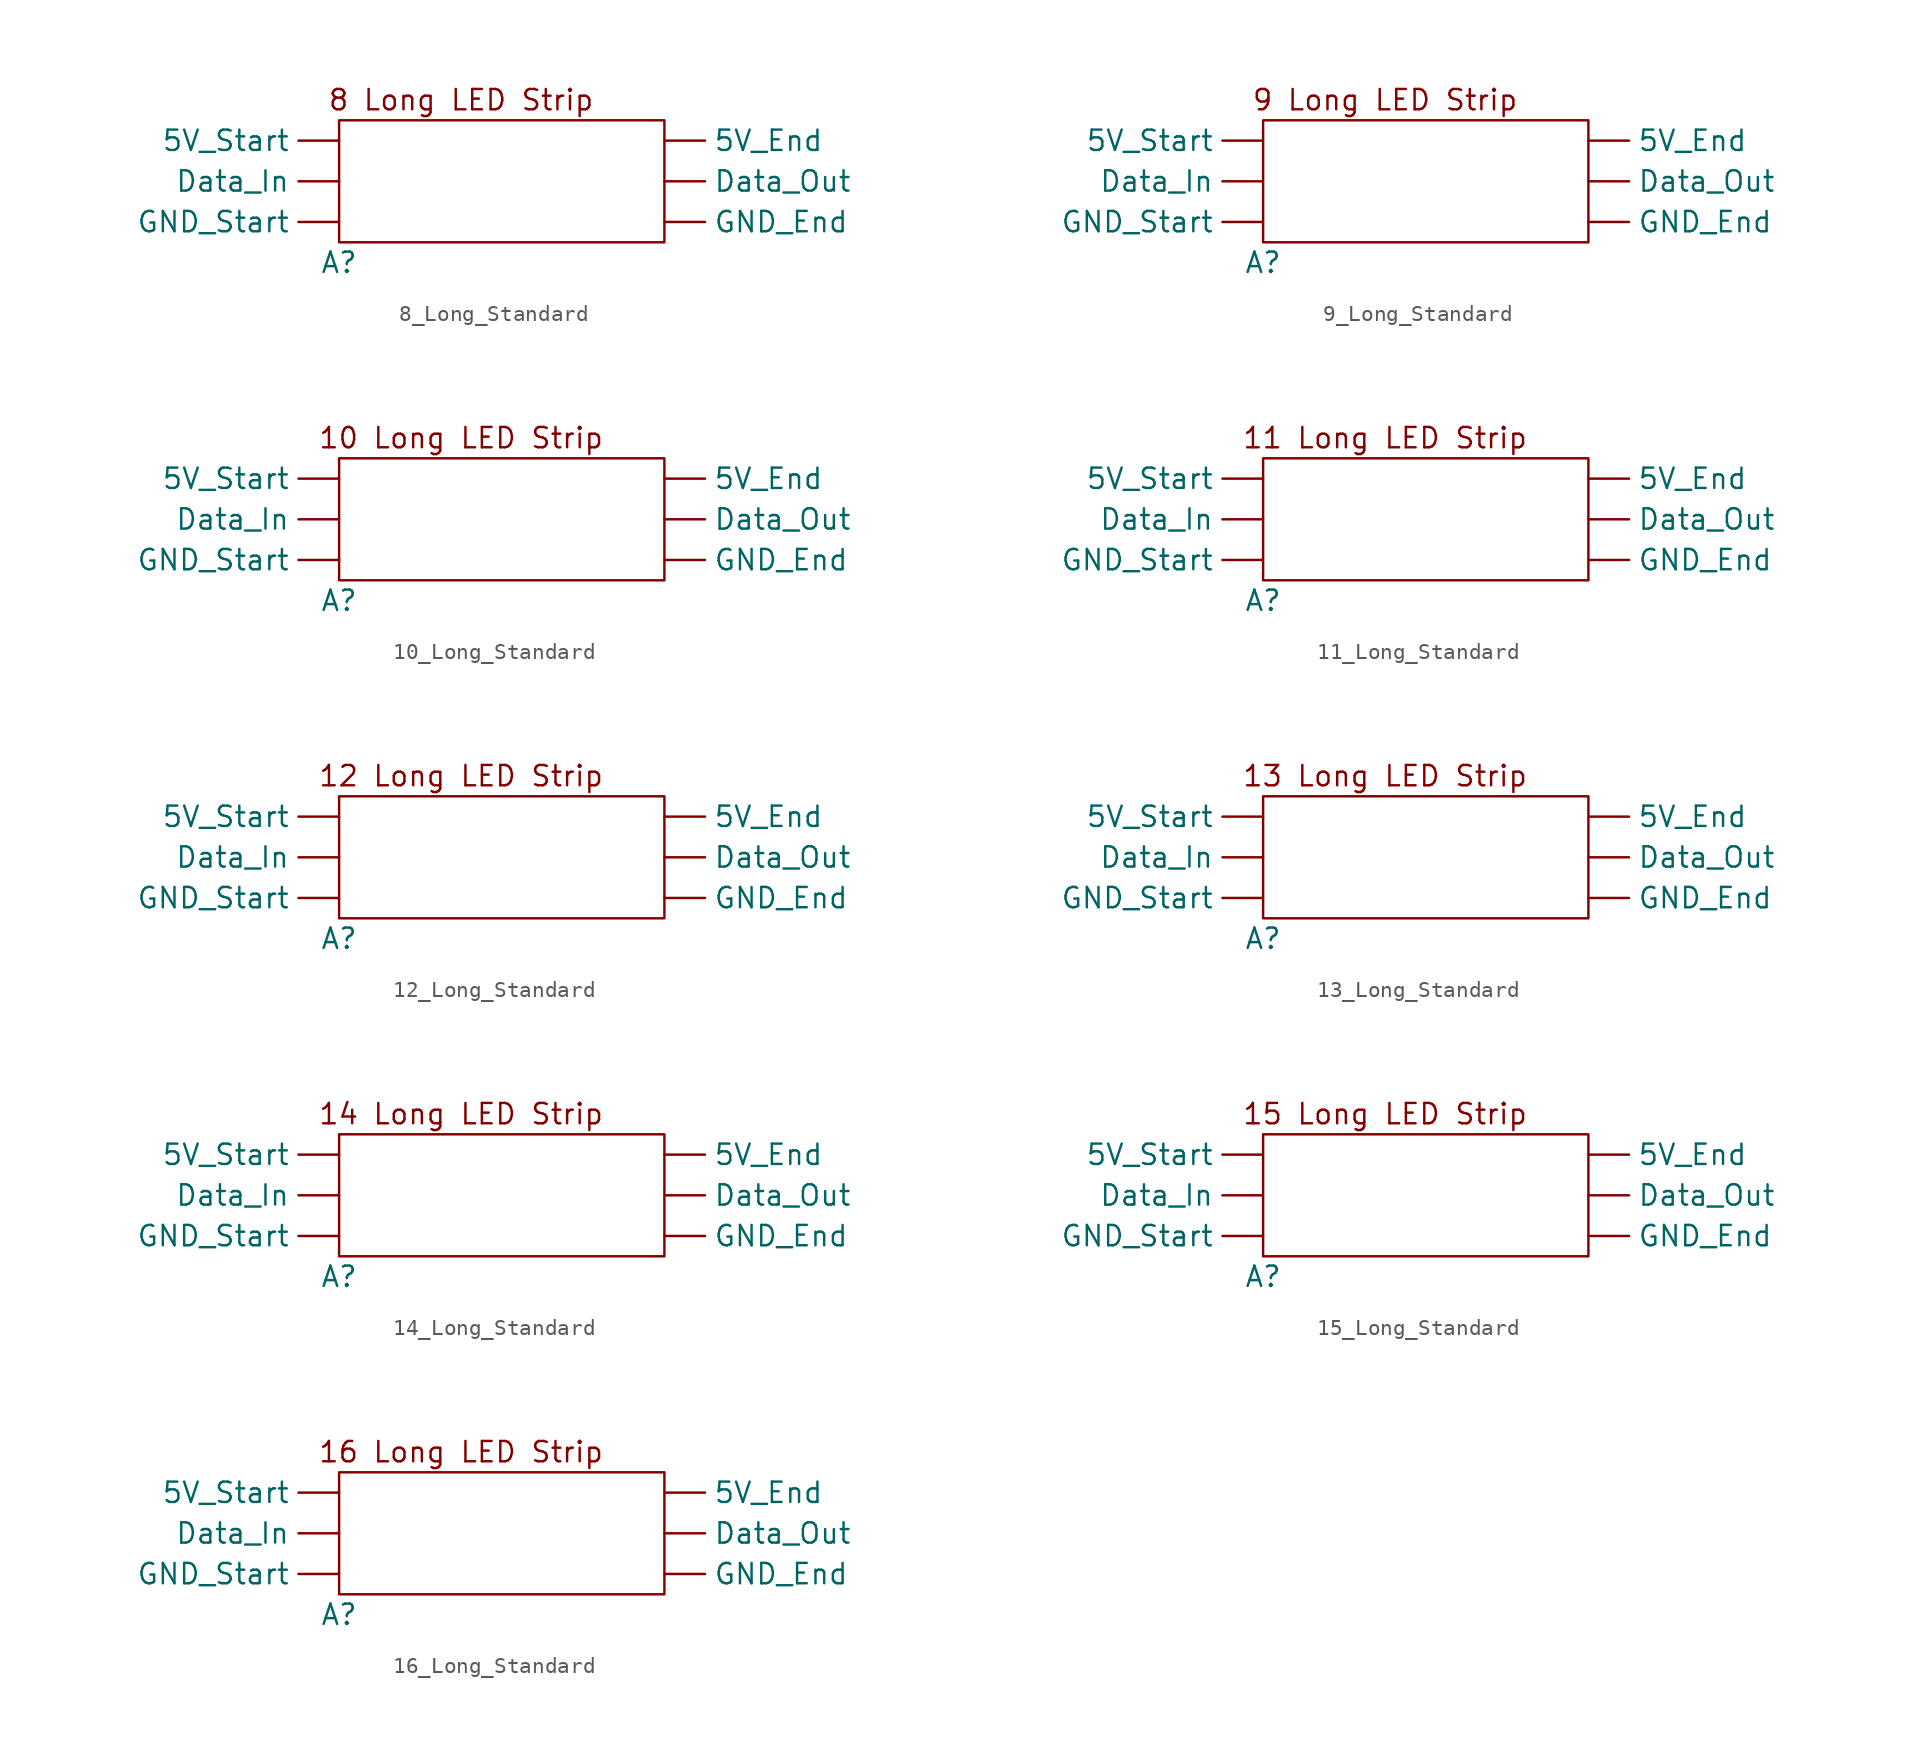
<source format=kicad_sym>
(kicad_symbol_lib
  (version 20220914)
  (generator kicad_symbol_editor)
  (symbol "8_Long_Standard"
    (property "Reference" "A"
      (at 0 -1.27 0)
      (effects (font (size 1.27 1.27))))
    (property "Value" ""
      (at 0 0 0)
      (effects (font (size 1.27 1.27))))
    (symbol "8_Long_Standard_0_1"
      (rectangle (start 0 7.62) (end 20.32 0) (stroke (width 0) (type default)) (fill (type none))))
    (symbol "8_Long_Standard_1_1"
      (text "8 Long LED Strip" (at 7.62 8.89 0) (effects (font (size 1.27 1.27))))
      (pin power_in line (at 20.32 6.35 0) (length 2.54) (name "5V_End" (effects (font (size 1.27 1.27)))) (number "" (effects (font (size 1.27 1.27)))))
      (pin power_in line (at 0 6.35 180) (length 2.54) (name "5V_Start" (effects (font (size 1.27 1.27)))) (number "" (effects (font (size 1.27 1.27)))))
      (pin input line (at 0 3.81 180) (length 2.54) (name "Data_In" (effects (font (size 1.27 1.27)))) (number "" (effects (font (size 1.27 1.27)))))
      (pin output line (at 20.32 3.81 0) (length 2.54) (name "Data_Out" (effects (font (size 1.27 1.27)))) (number "" (effects (font (size 1.27 1.27)))))
      (pin power_in line (at 20.32 1.27 0) (length 2.54) (name "GND_End" (effects (font (size 1.27 1.27)))) (number "" (effects (font (size 1.27 1.27)))))
      (pin power_in line (at 0 1.27 180) (length 2.54) (name "GND_Start" (effects (font (size 1.27 1.27)))) (number "" (effects (font (size 1.27 1.27)))))))
  (symbol "9_Long_Standard"
    (property "Reference" "A"
      (at 0 -1.27 0)
      (effects (font (size 1.27 1.27))))
    (property "Value" ""
      (at 0 0 0)
      (effects (font (size 1.27 1.27))))
    (symbol "9_Long_Standard_0_1"
      (rectangle (start 0 7.62) (end 20.32 0) (stroke (width 0) (type default)) (fill (type none))))
    (symbol "9_Long_Standard_1_1"
      (text "9 Long LED Strip" (at 7.62 8.89 0) (effects (font (size 1.27 1.27))))
      (pin power_in line (at 20.32 6.35 0) (length 2.54) (name "5V_End" (effects (font (size 1.27 1.27)))) (number "" (effects (font (size 1.27 1.27)))))
      (pin power_in line (at 0 6.35 180) (length 2.54) (name "5V_Start" (effects (font (size 1.27 1.27)))) (number "" (effects (font (size 1.27 1.27)))))
      (pin input line (at 0 3.81 180) (length 2.54) (name "Data_In" (effects (font (size 1.27 1.27)))) (number "" (effects (font (size 1.27 1.27)))))
      (pin output line (at 20.32 3.81 0) (length 2.54) (name "Data_Out" (effects (font (size 1.27 1.27)))) (number "" (effects (font (size 1.27 1.27)))))
      (pin power_in line (at 20.32 1.27 0) (length 2.54) (name "GND_End" (effects (font (size 1.27 1.27)))) (number "" (effects (font (size 1.27 1.27)))))
      (pin power_in line (at 0 1.27 180) (length 2.54) (name "GND_Start" (effects (font (size 1.27 1.27)))) (number "" (effects (font (size 1.27 1.27)))))))
  (symbol "10_Long_Standard"
    (property "Reference" "A"
      (at 0 -1.27 0)
      (effects (font (size 1.27 1.27))))
    (property "Value" ""
      (at 0 0 0)
      (effects (font (size 1.27 1.27))))
    (symbol "10_Long_Standard_0_1"
      (rectangle (start 0 7.62) (end 20.32 0) (stroke (width 0) (type default)) (fill (type none))))
    (symbol "10_Long_Standard_1_1"
      (text "10 Long LED Strip" (at 7.62 8.89 0) (effects (font (size 1.27 1.27))))
      (pin power_in line (at 20.32 6.35 0) (length 2.54) (name "5V_End" (effects (font (size 1.27 1.27)))) (number "" (effects (font (size 1.27 1.27)))))
      (pin power_in line (at 0 6.35 180) (length 2.54) (name "5V_Start" (effects (font (size 1.27 1.27)))) (number "" (effects (font (size 1.27 1.27)))))
      (pin input line (at 0 3.81 180) (length 2.54) (name "Data_In" (effects (font (size 1.27 1.27)))) (number "" (effects (font (size 1.27 1.27)))))
      (pin output line (at 20.32 3.81 0) (length 2.54) (name "Data_Out" (effects (font (size 1.27 1.27)))) (number "" (effects (font (size 1.27 1.27)))))
      (pin power_in line (at 20.32 1.27 0) (length 2.54) (name "GND_End" (effects (font (size 1.27 1.27)))) (number "" (effects (font (size 1.27 1.27)))))
      (pin power_in line (at 0 1.27 180) (length 2.54) (name "GND_Start" (effects (font (size 1.27 1.27)))) (number "" (effects (font (size 1.27 1.27)))))))
  (symbol "11_Long_Standard"
    (property "Reference" "A"
      (at 0 -1.27 0)
      (effects (font (size 1.27 1.27))))
    (property "Value" ""
      (at 0 0 0)
      (effects (font (size 1.27 1.27))))
    (symbol "11_Long_Standard_0_1"
      (rectangle (start 0 7.62) (end 20.32 0) (stroke (width 0) (type default)) (fill (type none))))
    (symbol "11_Long_Standard_1_1"
      (text "11 Long LED Strip" (at 7.62 8.89 0) (effects (font (size 1.27 1.27))))
      (pin power_in line (at 20.32 6.35 0) (length 2.54) (name "5V_End" (effects (font (size 1.27 1.27)))) (number "" (effects (font (size 1.27 1.27)))))
      (pin power_in line (at 0 6.35 180) (length 2.54) (name "5V_Start" (effects (font (size 1.27 1.27)))) (number "" (effects (font (size 1.27 1.27)))))
      (pin input line (at 0 3.81 180) (length 2.54) (name "Data_In" (effects (font (size 1.27 1.27)))) (number "" (effects (font (size 1.27 1.27)))))
      (pin output line (at 20.32 3.81 0) (length 2.54) (name "Data_Out" (effects (font (size 1.27 1.27)))) (number "" (effects (font (size 1.27 1.27)))))
      (pin power_in line (at 20.32 1.27 0) (length 2.54) (name "GND_End" (effects (font (size 1.27 1.27)))) (number "" (effects (font (size 1.27 1.27)))))
      (pin power_in line (at 0 1.27 180) (length 2.54) (name "GND_Start" (effects (font (size 1.27 1.27)))) (number "" (effects (font (size 1.27 1.27)))))))
  (symbol "12_Long_Standard"
    (property "Reference" "A"
      (at 0 -1.27 0)
      (effects (font (size 1.27 1.27))))
    (property "Value" ""
      (at 0 0 0)
      (effects (font (size 1.27 1.27))))
    (symbol "12_Long_Standard_0_1"
      (rectangle (start 0 7.62) (end 20.32 0) (stroke (width 0) (type default)) (fill (type none))))
    (symbol "12_Long_Standard_1_1"
      (text "12 Long LED Strip" (at 7.62 8.89 0) (effects (font (size 1.27 1.27))))
      (pin power_in line (at 20.32 6.35 0) (length 2.54) (name "5V_End" (effects (font (size 1.27 1.27)))) (number "" (effects (font (size 1.27 1.27)))))
      (pin power_in line (at 0 6.35 180) (length 2.54) (name "5V_Start" (effects (font (size 1.27 1.27)))) (number "" (effects (font (size 1.27 1.27)))))
      (pin input line (at 0 3.81 180) (length 2.54) (name "Data_In" (effects (font (size 1.27 1.27)))) (number "" (effects (font (size 1.27 1.27)))))
      (pin output line (at 20.32 3.81 0) (length 2.54) (name "Data_Out" (effects (font (size 1.27 1.27)))) (number "" (effects (font (size 1.27 1.27)))))
      (pin power_in line (at 20.32 1.27 0) (length 2.54) (name "GND_End" (effects (font (size 1.27 1.27)))) (number "" (effects (font (size 1.27 1.27)))))
      (pin power_in line (at 0 1.27 180) (length 2.54) (name "GND_Start" (effects (font (size 1.27 1.27)))) (number "" (effects (font (size 1.27 1.27)))))))
  (symbol "13_Long_Standard"
    (property "Reference" "A"
      (at 0 -1.27 0)
      (effects (font (size 1.27 1.27))))
    (property "Value" ""
      (at 0 0 0)
      (effects (font (size 1.27 1.27))))
    (symbol "13_Long_Standard_0_1"
      (rectangle (start 0 7.62) (end 20.32 0) (stroke (width 0) (type default)) (fill (type none))))
    (symbol "13_Long_Standard_1_1"
      (text "13 Long LED Strip" (at 7.62 8.89 0) (effects (font (size 1.27 1.27))))
      (pin power_in line (at 20.32 6.35 0) (length 2.54) (name "5V_End" (effects (font (size 1.27 1.27)))) (number "" (effects (font (size 1.27 1.27)))))
      (pin power_in line (at 0 6.35 180) (length 2.54) (name "5V_Start" (effects (font (size 1.27 1.27)))) (number "" (effects (font (size 1.27 1.27)))))
      (pin input line (at 0 3.81 180) (length 2.54) (name "Data_In" (effects (font (size 1.27 1.27)))) (number "" (effects (font (size 1.27 1.27)))))
      (pin output line (at 20.32 3.81 0) (length 2.54) (name "Data_Out" (effects (font (size 1.27 1.27)))) (number "" (effects (font (size 1.27 1.27)))))
      (pin power_in line (at 20.32 1.27 0) (length 2.54) (name "GND_End" (effects (font (size 1.27 1.27)))) (number "" (effects (font (size 1.27 1.27)))))
      (pin power_in line (at 0 1.27 180) (length 2.54) (name "GND_Start" (effects (font (size 1.27 1.27)))) (number "" (effects (font (size 1.27 1.27)))))))
  (symbol "14_Long_Standard"
    (property "Reference" "A"
      (at 0 -1.27 0)
      (effects (font (size 1.27 1.27))))
    (property "Value" ""
      (at 0 0 0)
      (effects (font (size 1.27 1.27))))
    (symbol "14_Long_Standard_0_1"
      (rectangle (start 0 7.62) (end 20.32 0) (stroke (width 0) (type default)) (fill (type none))))
    (symbol "14_Long_Standard_1_1"
      (text "14 Long LED Strip" (at 7.62 8.89 0) (effects (font (size 1.27 1.27))))
      (pin power_in line (at 20.32 6.35 0) (length 2.54) (name "5V_End" (effects (font (size 1.27 1.27)))) (number "" (effects (font (size 1.27 1.27)))))
      (pin power_in line (at 0 6.35 180) (length 2.54) (name "5V_Start" (effects (font (size 1.27 1.27)))) (number "" (effects (font (size 1.27 1.27)))))
      (pin input line (at 0 3.81 180) (length 2.54) (name "Data_In" (effects (font (size 1.27 1.27)))) (number "" (effects (font (size 1.27 1.27)))))
      (pin output line (at 20.32 3.81 0) (length 2.54) (name "Data_Out" (effects (font (size 1.27 1.27)))) (number "" (effects (font (size 1.27 1.27)))))
      (pin power_in line (at 20.32 1.27 0) (length 2.54) (name "GND_End" (effects (font (size 1.27 1.27)))) (number "" (effects (font (size 1.27 1.27)))))
      (pin power_in line (at 0 1.27 180) (length 2.54) (name "GND_Start" (effects (font (size 1.27 1.27)))) (number "" (effects (font (size 1.27 1.27)))))))
  (symbol "15_Long_Standard"
    (property "Reference" "A"
      (at 0 -1.27 0)
      (effects (font (size 1.27 1.27))))
    (property "Value" ""
      (at 0 0 0)
      (effects (font (size 1.27 1.27))))
    (symbol "15_Long_Standard_0_1"
      (rectangle (start 0 7.62) (end 20.32 0) (stroke (width 0) (type default)) (fill (type none))))
    (symbol "15_Long_Standard_1_1"
      (text "15 Long LED Strip" (at 7.62 8.89 0) (effects (font (size 1.27 1.27))))
      (pin power_in line (at 20.32 6.35 0) (length 2.54) (name "5V_End" (effects (font (size 1.27 1.27)))) (number "" (effects (font (size 1.27 1.27)))))
      (pin power_in line (at 0 6.35 180) (length 2.54) (name "5V_Start" (effects (font (size 1.27 1.27)))) (number "" (effects (font (size 1.27 1.27)))))
      (pin input line (at 0 3.81 180) (length 2.54) (name "Data_In" (effects (font (size 1.27 1.27)))) (number "" (effects (font (size 1.27 1.27)))))
      (pin output line (at 20.32 3.81 0) (length 2.54) (name "Data_Out" (effects (font (size 1.27 1.27)))) (number "" (effects (font (size 1.27 1.27)))))
      (pin power_in line (at 20.32 1.27 0) (length 2.54) (name "GND_End" (effects (font (size 1.27 1.27)))) (number "" (effects (font (size 1.27 1.27)))))
      (pin power_in line (at 0 1.27 180) (length 2.54) (name "GND_Start" (effects (font (size 1.27 1.27)))) (number "" (effects (font (size 1.27 1.27)))))))
  (symbol "16_Long_Standard"
    (property "Reference" "A"
      (at 0 -1.27 0)
      (effects (font (size 1.27 1.27))))
    (property "Value" ""
      (at 0 0 0)
      (effects (font (size 1.27 1.27))))
    (symbol "16_Long_Standard_0_1"
      (rectangle (start 0 7.62) (end 20.32 0) (stroke (width 0) (type default)) (fill (type none))))
    (symbol "16_Long_Standard_1_1"
      (text "16 Long LED Strip" (at 7.62 8.89 0) (effects (font (size 1.27 1.27))))
      (pin power_in line (at 20.32 6.35 0) (length 2.54) (name "5V_End" (effects (font (size 1.27 1.27)))) (number "" (effects (font (size 1.27 1.27)))))
      (pin power_in line (at 0 6.35 180) (length 2.54) (name "5V_Start" (effects (font (size 1.27 1.27)))) (number "" (effects (font (size 1.27 1.27)))))
      (pin input line (at 0 3.81 180) (length 2.54) (name "Data_In" (effects (font (size 1.27 1.27)))) (number "" (effects (font (size 1.27 1.27)))))
      (pin output line (at 20.32 3.81 0) (length 2.54) (name "Data_Out" (effects (font (size 1.27 1.27)))) (number "" (effects (font (size 1.27 1.27)))))
      (pin power_in line (at 20.32 1.27 0) (length 2.54) (name "GND_End" (effects (font (size 1.27 1.27)))) (number "" (effects (font (size 1.27 1.27)))))
      (pin power_in line (at 0 1.27 180) (length 2.54) (name "GND_Start" (effects (font (size 1.27 1.27)))) (number "" (effects (font (size 1.27 1.27))))))))
</source>
